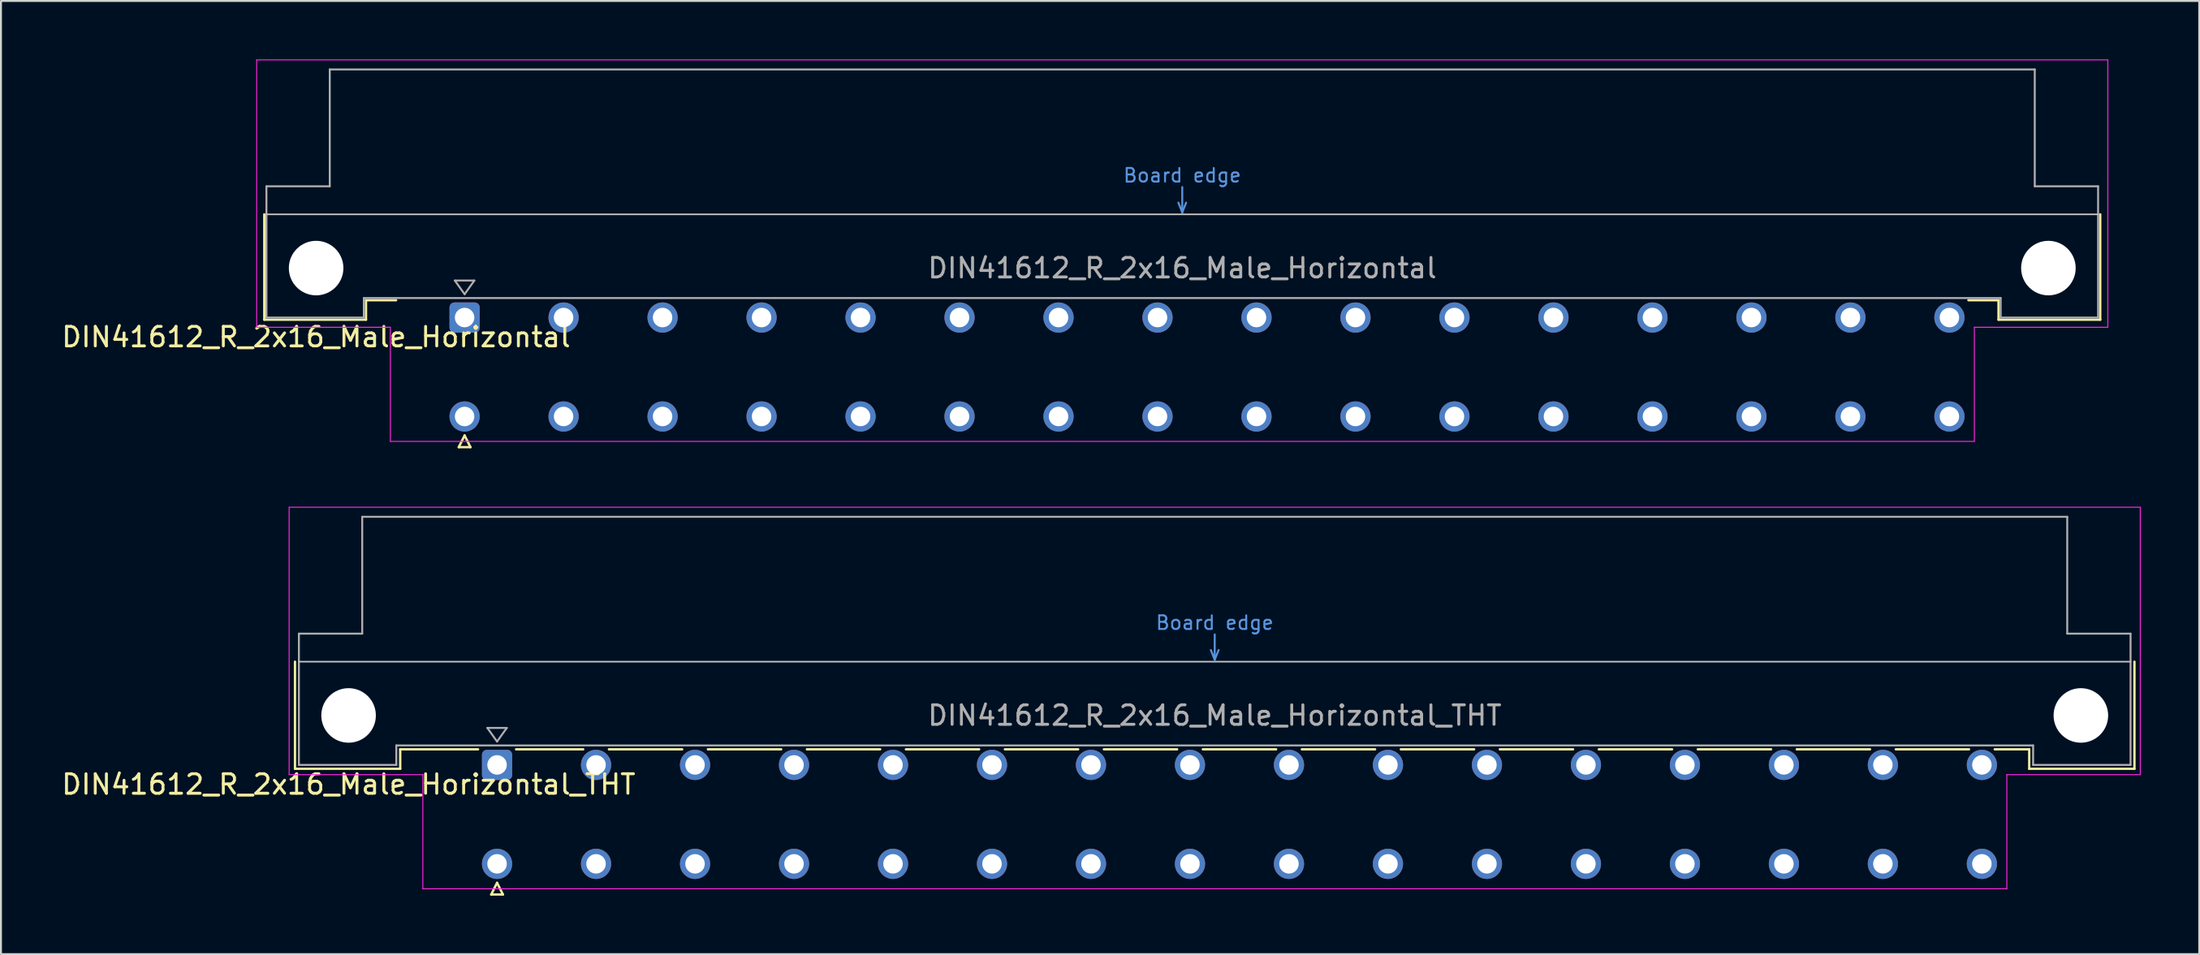
<source format=kicad_pcb>
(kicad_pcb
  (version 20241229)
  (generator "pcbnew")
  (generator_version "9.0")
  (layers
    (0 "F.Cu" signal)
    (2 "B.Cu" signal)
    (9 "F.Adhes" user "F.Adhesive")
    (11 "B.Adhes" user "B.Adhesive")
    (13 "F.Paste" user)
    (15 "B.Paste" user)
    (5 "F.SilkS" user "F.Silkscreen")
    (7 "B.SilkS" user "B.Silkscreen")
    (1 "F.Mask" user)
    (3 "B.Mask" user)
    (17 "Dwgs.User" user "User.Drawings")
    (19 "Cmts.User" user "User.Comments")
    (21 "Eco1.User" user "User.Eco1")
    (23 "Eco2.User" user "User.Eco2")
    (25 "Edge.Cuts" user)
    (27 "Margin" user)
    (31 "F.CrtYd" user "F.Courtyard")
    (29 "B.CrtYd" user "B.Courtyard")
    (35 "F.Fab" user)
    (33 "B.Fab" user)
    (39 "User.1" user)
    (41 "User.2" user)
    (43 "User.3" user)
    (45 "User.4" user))
  (footprint "DIN41612_R_2x16_Male_Horizontal_THT"
    (layer "F.Cu")
    (at 19.919 36.225)
    (property "Reference" "DIN41612_R_2x16_Male_Horizontal_THT" (at -5.08 1 0) (layer "F.SilkS") (effects (font (size 1 1) (thickness 0.15))))
    (attr through_hole)
    (fp_line (start -7.83 -5.3) (end -7.83 0.2) (stroke (width 0.12) (type solid)) (layer "F.SilkS"))
    (fp_line (start -7.83 0.2) (end -2.43 0.2) (stroke (width 0.12) (type solid)) (layer "F.SilkS"))
    (fp_line (start -2.431 -0.8) (end 1.565 -0.8) (stroke (width 0.12) (type solid)) (layer "F.SilkS"))
    (fp_line (start -2.43 0.2) (end -2.43 -0.8) (stroke (width 0.12) (type solid)) (layer "F.SilkS"))
    (fp_line (start 2.24 6.655) (end 2.84 6.655) (stroke (width 0.12) (type solid)) (layer "F.SilkS"))
    (fp_line (start 2.54 6.055) (end 2.24 6.655) (stroke (width 0.12) (type solid)) (layer "F.SilkS"))
    (fp_line (start 2.84 6.655) (end 2.54 6.055) (stroke (width 0.12) (type solid)) (layer "F.SilkS"))
    (fp_line (start 3.515 -0.8) (end 6.961 -0.8) (stroke (width 0.12) (type solid)) (layer "F.SilkS"))
    (fp_line (start 8.28 -0.8) (end 12.041 -0.8) (stroke (width 0.12) (type solid)) (layer "F.SilkS"))
    (fp_line (start 13.36 -0.8) (end 17.121 -0.8) (stroke (width 0.12) (type solid)) (layer "F.SilkS"))
    (fp_line (start 18.44 -0.8) (end 22.201 -0.8) (stroke (width 0.12) (type solid)) (layer "F.SilkS"))
    (fp_line (start 23.52 -0.8) (end 27.281 -0.8) (stroke (width 0.12) (type solid)) (layer "F.SilkS"))
    (fp_line (start 28.6 -0.8) (end 32.361 -0.8) (stroke (width 0.12) (type solid)) (layer "F.SilkS"))
    (fp_line (start 33.68 -0.8) (end 37.441 -0.8) (stroke (width 0.12) (type solid)) (layer "F.SilkS"))
    (fp_line (start 38.76 -0.8) (end 42.521 -0.8) (stroke (width 0.12) (type solid)) (layer "F.SilkS"))
    (fp_line (start 43.84 -0.8) (end 47.601 -0.8) (stroke (width 0.12) (type solid)) (layer "F.SilkS"))
    (fp_line (start 48.92 -0.8) (end 52.681 -0.8) (stroke (width 0.12) (type solid)) (layer "F.SilkS"))
    (fp_line (start 54 -0.8) (end 57.761 -0.8) (stroke (width 0.12) (type solid)) (layer "F.SilkS"))
    (fp_line (start 59.08 -0.8) (end 62.841 -0.8) (stroke (width 0.12) (type solid)) (layer "F.SilkS"))
    (fp_line (start 64.16 -0.8) (end 67.921 -0.8) (stroke (width 0.12) (type solid)) (layer "F.SilkS"))
    (fp_line (start 69.24 -0.8) (end 73.001 -0.8) (stroke (width 0.12) (type solid)) (layer "F.SilkS"))
    (fp_line (start 74.32 -0.8) (end 78.081 -0.8) (stroke (width 0.12) (type solid)) (layer "F.SilkS"))
    (fp_line (start 79.4 -0.8) (end 81.17 -0.8) (stroke (width 0.12) (type solid)) (layer "F.SilkS"))
    (fp_line (start 81.17 0.2) (end 81.17 -0.8) (stroke (width 0.12) (type solid)) (layer "F.SilkS"))
    (fp_line (start 86.57 -5.3) (end 86.57 0.2) (stroke (width 0.12) (type solid)) (layer "F.SilkS"))
    (fp_line (start 86.57 0.2) (end 81.17 0.2) (stroke (width 0.12) (type solid)) (layer "F.SilkS"))
    (fp_line (start -7.63 -5.3) (end 86.37 -5.3) (stroke (width 0.08) (type solid)) (layer "Dwgs.User"))
    (fp_line (start 39.17 -5.9) (end 39.37 -5.4) (stroke (width 0.1) (type solid)) (layer "Cmts.User"))
    (fp_line (start 39.37 -5.4) (end 39.37 -6.7) (stroke (width 0.1) (type solid)) (layer "Cmts.User"))
    (fp_line (start 39.37 -5.4) (end 39.57 -5.9) (stroke (width 0.1) (type solid)) (layer "Cmts.User"))
    (fp_line (start -8.13 -13.23) (end -8.13 0.5) (stroke (width 0.05) (type solid)) (layer "F.CrtYd"))
    (fp_line (start -8.13 0.5) (end -1.27 0.5) (stroke (width 0.05) (type solid)) (layer "F.CrtYd"))
    (fp_line (start -1.27 0.5) (end -1.27 6.36) (stroke (width 0.05) (type solid)) (layer "F.CrtYd"))
    (fp_line (start -1.27 6.36) (end 80.02 6.36) (stroke (width 0.05) (type solid)) (layer "F.CrtYd"))
    (fp_line (start 80.02 0.5) (end 86.87 0.5) (stroke (width 0.05) (type solid)) (layer "F.CrtYd"))
    (fp_line (start 80.02 6.36) (end 80.02 0.5) (stroke (width 0.05) (type solid)) (layer "F.CrtYd"))
    (fp_line (start 86.87 -13.23) (end -8.13 -13.23) (stroke (width 0.05) (type solid)) (layer "F.CrtYd"))
    (fp_line (start 86.87 0.5) (end 86.87 -13.23) (stroke (width 0.05) (type solid)) (layer "F.CrtYd"))
    (fp_line (start -7.63 -6.74) (end -7.63 0) (stroke (width 0.1) (type solid)) (layer "F.Fab"))
    (fp_line (start -7.63 0) (end -2.63 0) (stroke (width 0.1) (type solid)) (layer "F.Fab"))
    (fp_line (start -4.38 -12.74) (end -4.38 -6.74) (stroke (width 0.1) (type solid)) (layer "F.Fab"))
    (fp_line (start -4.38 -6.74) (end -7.63 -6.74) (stroke (width 0.1) (type solid)) (layer "F.Fab"))
    (fp_line (start -2.63 -1) (end 81.37 -1) (stroke (width 0.1) (type solid)) (layer "F.Fab"))
    (fp_line (start -2.63 0) (end -2.63 -1) (stroke (width 0.1) (type solid)) (layer "F.Fab"))
    (fp_line (start 2.04 -1.9) (end 3.04 -1.9) (stroke (width 0.1) (type solid)) (layer "F.Fab"))
    (fp_line (start 2.54 -1.2) (end 2.04 -1.9) (stroke (width 0.1) (type solid)) (layer "F.Fab"))
    (fp_line (start 3.04 -1.9) (end 2.54 -1.2) (stroke (width 0.1) (type solid)) (layer "F.Fab"))
    (fp_line (start 81.37 -1) (end 81.37 0) (stroke (width 0.1) (type solid)) (layer "F.Fab"))
    (fp_line (start 81.37 0) (end 86.37 0) (stroke (width 0.1) (type solid)) (layer "F.Fab"))
    (fp_line (start 83.12 -12.74) (end -4.38 -12.74) (stroke (width 0.1) (type solid)) (layer "F.Fab"))
    (fp_line (start 83.12 -6.74) (end 83.12 -12.74) (stroke (width 0.1) (type solid)) (layer "F.Fab"))
    (fp_line (start 86.37 -6.74) (end 83.12 -6.74) (stroke (width 0.1) (type solid)) (layer "F.Fab"))
    (fp_line (start 86.37 0) (end 86.37 -6.74) (stroke (width 0.1) (type solid)) (layer "F.Fab"))
    (fp_text user "Board edge" (at 39.37 -7.3 0) (layer "Cmts.User") (effects (font (size 0.7 0.7) (thickness 0.1))))
    (fp_text user "${REFERENCE}" (at 39.37 -2.54 0) (layer "F.Fab") (effects (font (size 1 1) (thickness 0.15))))
    (pad "" np_thru_hole circle (at -5.08 -2.54) (size 2.8 2.8) (drill 2.8) (layers "*.Cu" "*.Mask"))
    (pad "" np_thru_hole circle (at 83.82 -2.54) (size 2.8 2.8) (drill 2.8) (layers "*.Cu" "*.Mask"))
    (pad "a2" thru_hole roundrect (at 2.54 0) (size 1.55 1.55) (drill 1) (layers "*.Cu" "*.Mask") (roundrect_rratio 0.161))
    (pad "a4" thru_hole circle (at 7.62 0) (size 1.55 1.55) (drill 1) (layers "*.Cu" "*.Mask"))
    (pad "a6" thru_hole circle (at 12.7 0) (size 1.55 1.55) (drill 1) (layers "*.Cu" "*.Mask"))
    (pad "a8" thru_hole circle (at 17.78 0) (size 1.55 1.55) (drill 1) (layers "*.Cu" "*.Mask"))
    (pad "a10" thru_hole circle (at 22.86 0) (size 1.55 1.55) (drill 1) (layers "*.Cu" "*.Mask"))
    (pad "a12" thru_hole circle (at 27.94 0) (size 1.55 1.55) (drill 1) (layers "*.Cu" "*.Mask"))
    (pad "a14" thru_hole circle (at 33.02 0) (size 1.55 1.55) (drill 1) (layers "*.Cu" "*.Mask"))
    (pad "a16" thru_hole circle (at 38.1 0) (size 1.55 1.55) (drill 1) (layers "*.Cu" "*.Mask"))
    (pad "a18" thru_hole circle (at 43.18 0) (size 1.55 1.55) (drill 1) (layers "*.Cu" "*.Mask"))
    (pad "a20" thru_hole circle (at 48.26 0) (size 1.55 1.55) (drill 1) (layers "*.Cu" "*.Mask"))
    (pad "a22" thru_hole circle (at 53.34 0) (size 1.55 1.55) (drill 1) (layers "*.Cu" "*.Mask"))
    (pad "a24" thru_hole circle (at 58.42 0) (size 1.55 1.55) (drill 1) (layers "*.Cu" "*.Mask"))
    (pad "a26" thru_hole circle (at 63.5 0) (size 1.55 1.55) (drill 1) (layers "*.Cu" "*.Mask"))
    (pad "a28" thru_hole circle (at 68.58 0) (size 1.55 1.55) (drill 1) (layers "*.Cu" "*.Mask"))
    (pad "a30" thru_hole circle (at 73.66 0) (size 1.55 1.55) (drill 1) (layers "*.Cu" "*.Mask"))
    (pad "a32" thru_hole circle (at 78.74 0) (size 1.55 1.55) (drill 1) (layers "*.Cu" "*.Mask"))
    (pad "c2" thru_hole circle (at 2.54 5.08) (size 1.55 1.55) (drill 1) (layers "*.Cu" "*.Mask"))
    (pad "c4" thru_hole circle (at 7.62 5.08) (size 1.55 1.55) (drill 1) (layers "*.Cu" "*.Mask"))
    (pad "c6" thru_hole circle (at 12.7 5.08) (size 1.55 1.55) (drill 1) (layers "*.Cu" "*.Mask"))
    (pad "c8" thru_hole circle (at 17.78 5.08) (size 1.55 1.55) (drill 1) (layers "*.Cu" "*.Mask"))
    (pad "c10" thru_hole circle (at 22.86 5.08) (size 1.55 1.55) (drill 1) (layers "*.Cu" "*.Mask"))
    (pad "c12" thru_hole circle (at 27.94 5.08) (size 1.55 1.55) (drill 1) (layers "*.Cu" "*.Mask"))
    (pad "c14" thru_hole circle (at 33.02 5.08) (size 1.55 1.55) (drill 1) (layers "*.Cu" "*.Mask"))
    (pad "c16" thru_hole circle (at 38.1 5.08) (size 1.55 1.55) (drill 1) (layers "*.Cu" "*.Mask"))
    (pad "c18" thru_hole circle (at 43.18 5.08) (size 1.55 1.55) (drill 1) (layers "*.Cu" "*.Mask"))
    (pad "c20" thru_hole circle (at 48.26 5.08) (size 1.55 1.55) (drill 1) (layers "*.Cu" "*.Mask"))
    (pad "c22" thru_hole circle (at 53.34 5.08) (size 1.55 1.55) (drill 1) (layers "*.Cu" "*.Mask"))
    (pad "c24" thru_hole circle (at 58.42 5.08) (size 1.55 1.55) (drill 1) (layers "*.Cu" "*.Mask"))
    (pad "c26" thru_hole circle (at 63.5 5.08) (size 1.55 1.55) (drill 1) (layers "*.Cu" "*.Mask"))
    (pad "c28" thru_hole circle (at 68.58 5.08) (size 1.55 1.55) (drill 1) (layers "*.Cu" "*.Mask"))
    (pad "c30" thru_hole circle (at 73.66 5.08) (size 1.55 1.55) (drill 1) (layers "*.Cu" "*.Mask"))
    (pad "c32" thru_hole circle (at 78.74 5.08) (size 1.55 1.55) (drill 1) (layers "*.Cu" "*.Mask")))
  (footprint "DIN41612_R_2x16_Male_Horizontal"
    (layer "F.Cu")
    (at 18.253 13.255)
    (property "Reference" "DIN41612_R_2x16_Male_Horizontal" (at -5.08 1 0) (layer "F.SilkS") (effects (font (size 1 1) (thickness 0.15))))
    (attr through_hole)
    (fp_line (start -7.74 -5.3) (end -7.74 0.11) (stroke (width 0.12) (type solid)) (layer "F.SilkS"))
    (fp_line (start -7.74 0.11) (end -2.52 0.11) (stroke (width 0.12) (type solid)) (layer "F.SilkS"))
    (fp_line (start -2.52 -0.89) (end -0.975 -0.89) (stroke (width 0.12) (type solid)) (layer "F.SilkS"))
    (fp_line (start -2.52 0.11) (end -2.52 -0.89) (stroke (width 0.12) (type solid)) (layer "F.SilkS"))
    (fp_line (start 2.24 6.655) (end 2.84 6.655) (stroke (width 0.12) (type solid)) (layer "F.SilkS"))
    (fp_line (start 2.54 6.055) (end 2.24 6.655) (stroke (width 0.12) (type solid)) (layer "F.SilkS"))
    (fp_line (start 2.84 6.655) (end 2.54 6.055) (stroke (width 0.12) (type solid)) (layer "F.SilkS"))
    (fp_line (start 81.26 -0.89) (end 79.715 -0.89) (stroke (width 0.12) (type solid)) (layer "F.SilkS"))
    (fp_line (start 81.26 0.11) (end 81.26 -0.89) (stroke (width 0.12) (type solid)) (layer "F.SilkS"))
    (fp_line (start 86.48 -5.3) (end 86.48 0.11) (stroke (width 0.12) (type solid)) (layer "F.SilkS"))
    (fp_line (start 86.48 0.11) (end 81.26 0.11) (stroke (width 0.12) (type solid)) (layer "F.SilkS"))
    (fp_line (start -7.63 -5.3) (end 86.37 -5.3) (stroke (width 0.08) (type solid)) (layer "Dwgs.User"))
    (fp_line (start 39.17 -5.9) (end 39.37 -5.4) (stroke (width 0.1) (type solid)) (layer "Cmts.User"))
    (fp_line (start 39.37 -5.4) (end 39.37 -6.7) (stroke (width 0.1) (type solid)) (layer "Cmts.User"))
    (fp_line (start 39.37 -5.4) (end 39.57 -5.9) (stroke (width 0.1) (type solid)) (layer "Cmts.User"))
    (fp_line (start -8.13 -13.23) (end -8.13 0.5) (stroke (width 0.05) (type solid)) (layer "F.CrtYd"))
    (fp_line (start -8.13 0.5) (end -1.27 0.5) (stroke (width 0.05) (type solid)) (layer "F.CrtYd"))
    (fp_line (start -1.27 0.5) (end -1.27 6.36) (stroke (width 0.05) (type solid)) (layer "F.CrtYd"))
    (fp_line (start -1.27 6.36) (end 80.02 6.36) (stroke (width 0.05) (type solid)) (layer "F.CrtYd"))
    (fp_line (start 80.02 0.5) (end 86.87 0.5) (stroke (width 0.05) (type solid)) (layer "F.CrtYd"))
    (fp_line (start 80.02 6.36) (end 80.02 0.5) (stroke (width 0.05) (type solid)) (layer "F.CrtYd"))
    (fp_line (start 86.87 -13.23) (end -8.13 -13.23) (stroke (width 0.05) (type solid)) (layer "F.CrtYd"))
    (fp_line (start 86.87 0.5) (end 86.87 -13.23) (stroke (width 0.05) (type solid)) (layer "F.CrtYd"))
    (fp_line (start -7.63 -6.74) (end -7.63 0) (stroke (width 0.1) (type solid)) (layer "F.Fab"))
    (fp_line (start -7.63 0) (end -2.63 0) (stroke (width 0.1) (type solid)) (layer "F.Fab"))
    (fp_line (start -4.38 -12.74) (end -4.38 -6.74) (stroke (width 0.1) (type solid)) (layer "F.Fab"))
    (fp_line (start -4.38 -6.74) (end -7.63 -6.74) (stroke (width 0.1) (type solid)) (layer "F.Fab"))
    (fp_line (start -2.63 -1) (end 81.37 -1) (stroke (width 0.1) (type solid)) (layer "F.Fab"))
    (fp_line (start -2.63 0) (end -2.63 -1) (stroke (width 0.1) (type solid)) (layer "F.Fab"))
    (fp_line (start 2.04 -1.9) (end 3.04 -1.9) (stroke (width 0.1) (type solid)) (layer "F.Fab"))
    (fp_line (start 2.54 -1.2) (end 2.04 -1.9) (stroke (width 0.1) (type solid)) (layer "F.Fab"))
    (fp_line (start 3.04 -1.9) (end 2.54 -1.2) (stroke (width 0.1) (type solid)) (layer "F.Fab"))
    (fp_line (start 81.37 -1) (end 81.37 0) (stroke (width 0.1) (type solid)) (layer "F.Fab"))
    (fp_line (start 81.37 0) (end 86.37 0) (stroke (width 0.1) (type solid)) (layer "F.Fab"))
    (fp_line (start 83.12 -12.74) (end -4.38 -12.74) (stroke (width 0.1) (type solid)) (layer "F.Fab"))
    (fp_line (start 83.12 -6.74) (end 83.12 -12.74) (stroke (width 0.1) (type solid)) (layer "F.Fab"))
    (fp_line (start 86.37 -6.74) (end 83.12 -6.74) (stroke (width 0.1) (type solid)) (layer "F.Fab"))
    (fp_line (start 86.37 0) (end 86.37 -6.74) (stroke (width 0.1) (type solid)) (layer "F.Fab"))
    (fp_text user "Board edge" (at 39.37 -7.3 0) (layer "Cmts.User") (effects (font (size 0.7 0.7) (thickness 0.1))))
    (fp_text user "${REFERENCE}" (at 39.37 -2.54 0) (layer "F.Fab") (effects (font (size 1 1) (thickness 0.15))))
    (pad "" np_thru_hole circle (at -5.08 -2.54) (size 2.8 2.8) (drill 2.8) (layers "*.Cu" "*.Mask"))
    (pad "" np_thru_hole circle (at 83.82 -2.54) (size 2.8 2.8) (drill 2.8) (layers "*.Cu" "*.Mask"))
    (pad "a2" thru_hole roundrect (at 2.54 0) (size 1.55 1.55) (drill 1) (layers "*.Cu" "*.Mask") (roundrect_rratio 0.161))
    (pad "a4" thru_hole circle (at 7.62 0) (size 1.55 1.55) (drill 1) (layers "*.Cu" "*.Mask"))
    (pad "a6" thru_hole circle (at 12.7 0) (size 1.55 1.55) (drill 1) (layers "*.Cu" "*.Mask"))
    (pad "a8" thru_hole circle (at 17.78 0) (size 1.55 1.55) (drill 1) (layers "*.Cu" "*.Mask"))
    (pad "a10" thru_hole circle (at 22.86 0) (size 1.55 1.55) (drill 1) (layers "*.Cu" "*.Mask"))
    (pad "a12" thru_hole circle (at 27.94 0) (size 1.55 1.55) (drill 1) (layers "*.Cu" "*.Mask"))
    (pad "a14" thru_hole circle (at 33.02 0) (size 1.55 1.55) (drill 1) (layers "*.Cu" "*.Mask"))
    (pad "a16" thru_hole circle (at 38.1 0) (size 1.55 1.55) (drill 1) (layers "*.Cu" "*.Mask"))
    (pad "a18" thru_hole circle (at 43.18 0) (size 1.55 1.55) (drill 1) (layers "*.Cu" "*.Mask"))
    (pad "a20" thru_hole circle (at 48.26 0) (size 1.55 1.55) (drill 1) (layers "*.Cu" "*.Mask"))
    (pad "a22" thru_hole circle (at 53.34 0) (size 1.55 1.55) (drill 1) (layers "*.Cu" "*.Mask"))
    (pad "a24" thru_hole circle (at 58.42 0) (size 1.55 1.55) (drill 1) (layers "*.Cu" "*.Mask"))
    (pad "a26" thru_hole circle (at 63.5 0) (size 1.55 1.55) (drill 1) (layers "*.Cu" "*.Mask"))
    (pad "a28" thru_hole circle (at 68.58 0) (size 1.55 1.55) (drill 1) (layers "*.Cu" "*.Mask"))
    (pad "a30" thru_hole circle (at 73.66 0) (size 1.55 1.55) (drill 1) (layers "*.Cu" "*.Mask"))
    (pad "a32" thru_hole circle (at 78.74 0) (size 1.55 1.55) (drill 1) (layers "*.Cu" "*.Mask"))
    (pad "c2" thru_hole circle (at 2.54 5.08) (size 1.55 1.55) (drill 1) (layers "*.Cu" "*.Mask"))
    (pad "c4" thru_hole circle (at 7.62 5.08) (size 1.55 1.55) (drill 1) (layers "*.Cu" "*.Mask"))
    (pad "c6" thru_hole circle (at 12.7 5.08) (size 1.55 1.55) (drill 1) (layers "*.Cu" "*.Mask"))
    (pad "c8" thru_hole circle (at 17.78 5.08) (size 1.55 1.55) (drill 1) (layers "*.Cu" "*.Mask"))
    (pad "c10" thru_hole circle (at 22.86 5.08) (size 1.55 1.55) (drill 1) (layers "*.Cu" "*.Mask"))
    (pad "c12" thru_hole circle (at 27.94 5.08) (size 1.55 1.55) (drill 1) (layers "*.Cu" "*.Mask"))
    (pad "c14" thru_hole circle (at 33.02 5.08) (size 1.55 1.55) (drill 1) (layers "*.Cu" "*.Mask"))
    (pad "c16" thru_hole circle (at 38.1 5.08) (size 1.55 1.55) (drill 1) (layers "*.Cu" "*.Mask"))
    (pad "c18" thru_hole circle (at 43.18 5.08) (size 1.55 1.55) (drill 1) (layers "*.Cu" "*.Mask"))
    (pad "c20" thru_hole circle (at 48.26 5.08) (size 1.55 1.55) (drill 1) (layers "*.Cu" "*.Mask"))
    (pad "c22" thru_hole circle (at 53.34 5.08) (size 1.55 1.55) (drill 1) (layers "*.Cu" "*.Mask"))
    (pad "c24" thru_hole circle (at 58.42 5.08) (size 1.55 1.55) (drill 1) (layers "*.Cu" "*.Mask"))
    (pad "c26" thru_hole circle (at 63.5 5.08) (size 1.55 1.55) (drill 1) (layers "*.Cu" "*.Mask"))
    (pad "c28" thru_hole circle (at 68.58 5.08) (size 1.55 1.55) (drill 1) (layers "*.Cu" "*.Mask"))
    (pad "c30" thru_hole circle (at 73.66 5.08) (size 1.55 1.55) (drill 1) (layers "*.Cu" "*.Mask"))
    (pad "c32" thru_hole circle (at 78.74 5.08) (size 1.55 1.55) (drill 1) (layers "*.Cu" "*.Mask")))
  (gr_rect
    (start -3 -3)
    (end 109.814 45.94)
    (stroke (width 0.1) (type default))
    (fill no)
    (layer "Edge.Cuts")))
</source>
